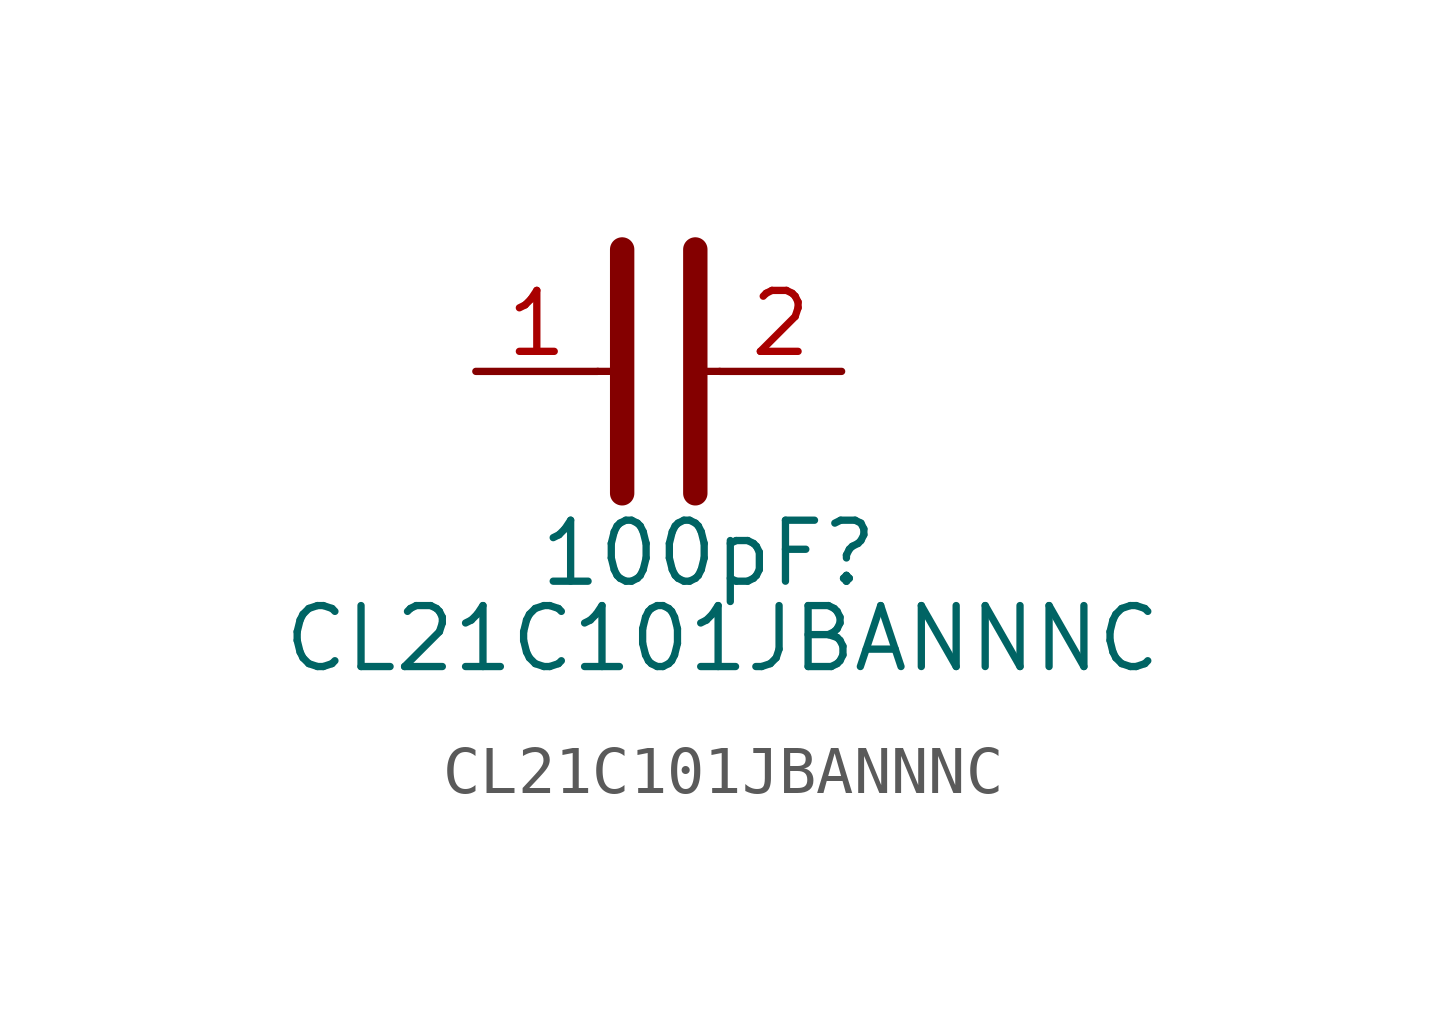
<source format=kicad_sym>
(kicad_symbol_lib
  (version 20231120)
  (generator "kicad_symbol_editor")
  (generator_version "8.0")
  (symbol "CL21C101JBANNNC"
    (pin_names hide)
    (property "Reference" "100pF"
      (at 3.81 -3.048 0)
      (effects (font (size 1.27 1.27)) (justify left top)))
    (property "Value" "CL21C101JBANNNC"
      (at -1.524 -4.826 0)
      (effects (font (size 1.27 1.27)) (justify left top)))
    (symbol "CL21C101JBANNNC_1_1"
      (polyline (pts (xy 5.08 0) (xy 5.588 0)) (stroke (width 0.152) (type default)) (fill (type none)))
      (polyline (pts (xy 5.588 2.54) (xy 5.588 -2.54)) (stroke (width 0.508) (type default)) (fill (type none)))
      (polyline (pts (xy 7.112 0) (xy 7.62 0)) (stroke (width 0.152) (type default)) (fill (type none)))
      (polyline (pts (xy 7.112 2.54) (xy 7.112 -2.54)) (stroke (width 0.508) (type default)) (fill (type none)))
      (pin passive line (at 2.54 0 0) (length 2.54) (name "1" (effects (font (size 1.27 1.27)))) (number "1" (effects (font (size 1.27 1.27)))))
      (pin passive line (at 10.16 0 180) (length 2.54) (name "2" (effects (font (size 1.27 1.27)))) (number "2" (effects (font (size 1.27 1.27))))))))
</source>
